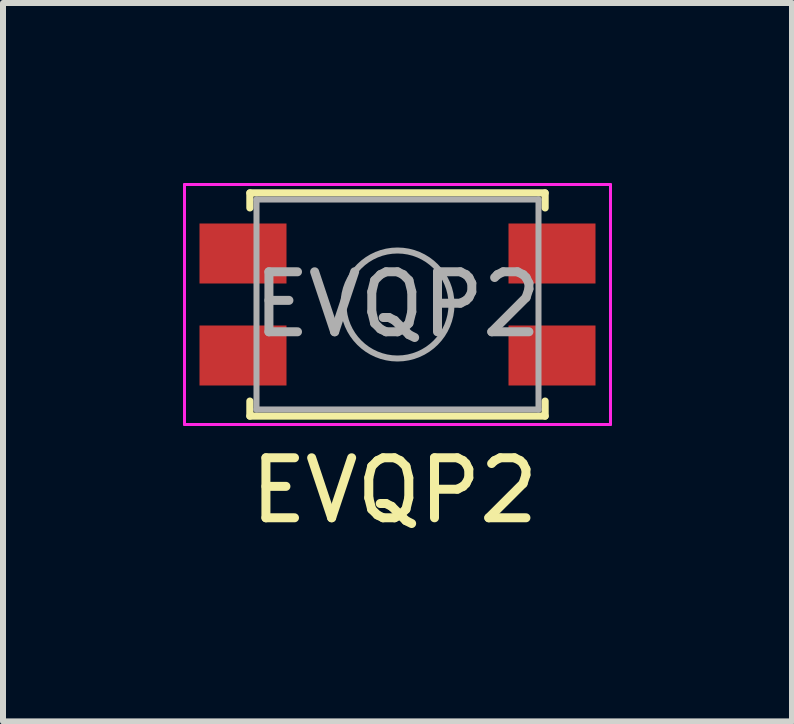
<source format=kicad_pcb>
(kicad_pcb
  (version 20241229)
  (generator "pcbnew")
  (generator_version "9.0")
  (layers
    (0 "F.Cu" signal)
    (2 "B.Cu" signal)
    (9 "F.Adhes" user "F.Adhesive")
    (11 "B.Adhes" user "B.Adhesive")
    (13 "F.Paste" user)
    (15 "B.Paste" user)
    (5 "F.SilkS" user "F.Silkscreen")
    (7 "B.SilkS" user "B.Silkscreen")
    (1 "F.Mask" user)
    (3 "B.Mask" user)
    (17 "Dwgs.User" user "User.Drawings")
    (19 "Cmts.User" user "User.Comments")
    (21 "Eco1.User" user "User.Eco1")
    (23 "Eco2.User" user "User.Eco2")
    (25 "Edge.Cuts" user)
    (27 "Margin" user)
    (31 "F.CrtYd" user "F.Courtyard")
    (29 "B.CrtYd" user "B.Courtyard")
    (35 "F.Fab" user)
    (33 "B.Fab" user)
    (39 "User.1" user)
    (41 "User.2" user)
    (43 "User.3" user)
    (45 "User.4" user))
  (footprint "EVQP2"
    (layer "F.Cu")
    (at 3.325 1.625)
    (property "Reference" "EVQP2" (at 0.2 3.5 0) (unlocked yes) (layer "F.SilkS") (effects (font (size 1 1) (thickness 0.15))))
    (attr smd)
    (fp_line (start -2.21 -1.46) (end -2.21 -1.21) (stroke (width 0.12) (type solid)) (layer "F.SilkS"))
    (fp_line (start -2.21 2.01) (end -2.21 2.26) (stroke (width 0.12) (type solid)) (layer "F.SilkS"))
    (fp_line (start -2.21 2.26) (end 2.71 2.26) (stroke (width 0.12) (type solid)) (layer "F.SilkS"))
    (fp_line (start 2.71 -1.46) (end -2.21 -1.46) (stroke (width 0.12) (type solid)) (layer "F.SilkS"))
    (fp_line (start 2.71 -1.46) (end 2.71 -1.21) (stroke (width 0.12) (type solid)) (layer "F.SilkS"))
    (fp_line (start 2.71 2.01) (end 2.71 2.26) (stroke (width 0.12) (type solid)) (layer "F.SilkS"))
    (fp_line (start -3.3 -1.6) (end 3.8 -1.6) (stroke (width 0.05) (type solid)) (layer "F.CrtYd"))
    (fp_line (start -3.3 2.4) (end -3.3 -1.6) (stroke (width 0.05) (type solid)) (layer "F.CrtYd"))
    (fp_line (start 3.8 -1.6) (end 3.8 2.4) (stroke (width 0.05) (type solid)) (layer "F.CrtYd"))
    (fp_line (start 3.8 2.4) (end -3.3 2.4) (stroke (width 0.05) (type solid)) (layer "F.CrtYd"))
    (fp_line (start -2.1 -1.35) (end 2.6 -1.35) (stroke (width 0.1) (type solid)) (layer "F.Fab"))
    (fp_line (start -2.1 2.15) (end -2.1 -1.35) (stroke (width 0.1) (type solid)) (layer "F.Fab"))
    (fp_line (start 2.6 -1.35) (end 2.6 2.15) (stroke (width 0.1) (type solid)) (layer "F.Fab"))
    (fp_line (start 2.6 2.15) (end -2.1 2.15) (stroke (width 0.1) (type solid)) (layer "F.Fab"))
    (fp_circle (center 0.25 0.4) (end 1.15 0.4) (stroke (width 0.1) (type solid)) (fill no) (layer "F.Fab"))
    (fp_text user "${REFERENCE}" (at 0.25 0.4 0) (layer "F.Fab") (effects (font (size 1 1) (thickness 0.15))))
    (pad "1" smd rect (at -2.325 -0.45) (size 1.45 1) (layers "F.Cu" "F.Mask" "F.Paste"))
    (pad "1" smd rect (at 2.825 -0.45) (size 1.45 1) (layers "F.Cu" "F.Mask" "F.Paste"))
    (pad "2" smd rect (at -2.325 1.25) (size 1.45 1) (layers "F.Cu" "F.Mask" "F.Paste"))
    (pad "2" smd rect (at 2.825 1.25) (size 1.45 1) (layers "F.Cu" "F.Mask" "F.Paste")))
  (gr_rect
    (start -3 -3)
    (end 10.15 8.973)
    (stroke (width 0.1) (type default))
    (fill no)
    (layer "Edge.Cuts")))
</source>
